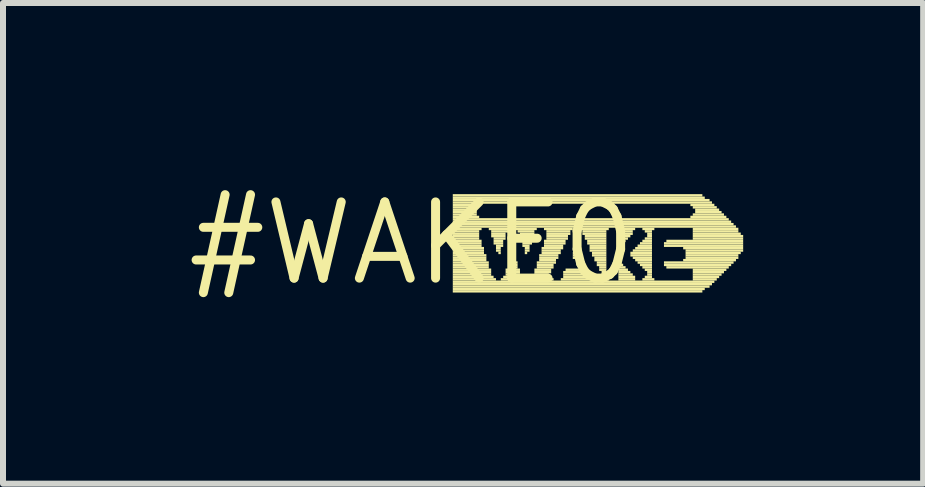
<source format=kicad_pcb>
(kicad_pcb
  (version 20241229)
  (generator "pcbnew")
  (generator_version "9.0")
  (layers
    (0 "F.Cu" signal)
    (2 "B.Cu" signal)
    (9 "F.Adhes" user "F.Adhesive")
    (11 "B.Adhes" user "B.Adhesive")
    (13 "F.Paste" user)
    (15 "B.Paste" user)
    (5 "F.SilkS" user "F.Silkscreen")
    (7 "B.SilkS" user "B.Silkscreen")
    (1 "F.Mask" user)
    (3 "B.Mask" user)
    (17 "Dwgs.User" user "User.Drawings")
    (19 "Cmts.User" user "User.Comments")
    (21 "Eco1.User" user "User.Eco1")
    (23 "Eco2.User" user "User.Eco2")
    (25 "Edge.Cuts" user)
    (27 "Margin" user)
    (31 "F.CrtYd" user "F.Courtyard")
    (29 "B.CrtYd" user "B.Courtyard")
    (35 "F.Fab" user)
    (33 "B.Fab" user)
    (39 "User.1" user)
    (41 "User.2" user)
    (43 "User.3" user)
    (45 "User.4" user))
  (footprint "#WAKE0"
    (layer "F.Cu")
    (at 3.817 1.006)
    (property "Reference" "#WAKE0" (at 0 0 0) (layer "F.SilkS") (effects (font (size 1.27 1.27) (thickness 0.15))))
    (attr through_hole)
    (fp_poly (pts (xy 0.68 -0.78) (xy 4.84 -0.78) (xy 4.84 -0.82) (xy 0.68 -0.82)) (stroke (width 0) (type solid)) (fill yes) (layer "F.SilkS"))
    (fp_poly (pts (xy 0.68 -0.74) (xy 4.88 -0.74) (xy 4.88 -0.78) (xy 0.68 -0.78)) (stroke (width 0) (type solid)) (fill yes) (layer "F.SilkS"))
    (fp_poly (pts (xy 0.68 -0.7) (xy 4.96 -0.7) (xy 4.96 -0.74) (xy 0.68 -0.74)) (stroke (width 0) (type solid)) (fill yes) (layer "F.SilkS"))
    (fp_poly (pts (xy 0.68 -0.66) (xy 5 -0.66) (xy 5 -0.7) (xy 0.68 -0.7)) (stroke (width 0) (type solid)) (fill yes) (layer "F.SilkS"))
    (fp_poly (pts (xy 0.68 -0.62) (xy 1.12 -0.62) (xy 1.12 -0.66) (xy 0.68 -0.66)) (stroke (width 0) (type solid)) (fill yes) (layer "F.SilkS"))
    (fp_poly (pts (xy 0.68 -0.58) (xy 1.08 -0.58) (xy 1.08 -0.62) (xy 0.68 -0.62)) (stroke (width 0) (type solid)) (fill yes) (layer "F.SilkS"))
    (fp_poly (pts (xy 0.68 -0.54) (xy 1.08 -0.54) (xy 1.08 -0.58) (xy 0.68 -0.58)) (stroke (width 0) (type solid)) (fill yes) (layer "F.SilkS"))
    (fp_poly (pts (xy 0.68 -0.5) (xy 1.08 -0.5) (xy 1.08 -0.54) (xy 0.68 -0.54)) (stroke (width 0) (type solid)) (fill yes) (layer "F.SilkS"))
    (fp_poly (pts (xy 0.68 -0.46) (xy 1.08 -0.46) (xy 1.08 -0.5) (xy 0.68 -0.5)) (stroke (width 0) (type solid)) (fill yes) (layer "F.SilkS"))
    (fp_poly (pts (xy 0.68 -0.42) (xy 1.12 -0.42) (xy 1.12 -0.46) (xy 0.68 -0.46)) (stroke (width 0) (type solid)) (fill yes) (layer "F.SilkS"))
    (fp_poly (pts (xy 0.68 -0.38) (xy 5.28 -0.38) (xy 5.28 -0.42) (xy 0.68 -0.42)) (stroke (width 0) (type solid)) (fill yes) (layer "F.SilkS"))
    (fp_poly (pts (xy 0.68 -0.34) (xy 5.32 -0.34) (xy 5.32 -0.38) (xy 0.68 -0.38)) (stroke (width 0) (type solid)) (fill yes) (layer "F.SilkS"))
    (fp_poly (pts (xy 0.68 -0.3) (xy 5.36 -0.3) (xy 5.36 -0.34) (xy 0.68 -0.34)) (stroke (width 0) (type solid)) (fill yes) (layer "F.SilkS"))
    (fp_poly (pts (xy 0.68 -0.26) (xy 5.4 -0.26) (xy 5.4 -0.3) (xy 0.68 -0.3)) (stroke (width 0) (type solid)) (fill yes) (layer "F.SilkS"))
    (fp_poly (pts (xy 0.68 -0.22) (xy 1.16 -0.22) (xy 1.16 -0.26) (xy 0.68 -0.26)) (stroke (width 0) (type solid)) (fill yes) (layer "F.SilkS"))
    (fp_poly (pts (xy 0.68 -0.18) (xy 1.12 -0.18) (xy 1.12 -0.22) (xy 0.68 -0.22)) (stroke (width 0) (type solid)) (fill yes) (layer "F.SilkS"))
    (fp_poly (pts (xy 0.68 -0.14) (xy 1.12 -0.14) (xy 1.12 -0.18) (xy 0.68 -0.18)) (stroke (width 0) (type solid)) (fill yes) (layer "F.SilkS"))
    (fp_poly (pts (xy 0.68 -0.1) (xy 1.12 -0.1) (xy 1.12 -0.14) (xy 0.68 -0.14)) (stroke (width 0) (type solid)) (fill yes) (layer "F.SilkS"))
    (fp_poly (pts (xy 0.68 -0.06) (xy 1.12 -0.06) (xy 1.12 -0.1) (xy 0.68 -0.1)) (stroke (width 0) (type solid)) (fill yes) (layer "F.SilkS"))
    (fp_poly (pts (xy 0.68 -0.02) (xy 1.16 -0.02) (xy 1.16 -0.06) (xy 0.68 -0.06)) (stroke (width 0) (type solid)) (fill yes) (layer "F.SilkS"))
    (fp_poly (pts (xy 0.68 0.02) (xy 1.16 0.02) (xy 1.16 -0.02) (xy 0.68 -0.02)) (stroke (width 0) (type solid)) (fill yes) (layer "F.SilkS"))
    (fp_poly (pts (xy 0.68 0.06) (xy 1.16 0.06) (xy 1.16 0.02) (xy 0.68 0.02)) (stroke (width 0) (type solid)) (fill yes) (layer "F.SilkS"))
    (fp_poly (pts (xy 0.68 0.1) (xy 1.2 0.1) (xy 1.2 0.06) (xy 0.68 0.06)) (stroke (width 0) (type solid)) (fill yes) (layer "F.SilkS"))
    (fp_poly (pts (xy 0.68 0.14) (xy 1.2 0.14) (xy 1.2 0.1) (xy 0.68 0.1)) (stroke (width 0) (type solid)) (fill yes) (layer "F.SilkS"))
    (fp_poly (pts (xy 0.68 0.18) (xy 1.2 0.18) (xy 1.2 0.14) (xy 0.68 0.14)) (stroke (width 0) (type solid)) (fill yes) (layer "F.SilkS"))
    (fp_poly (pts (xy 0.68 0.22) (xy 1.24 0.22) (xy 1.24 0.18) (xy 0.68 0.18)) (stroke (width 0) (type solid)) (fill yes) (layer "F.SilkS"))
    (fp_poly (pts (xy 0.68 0.26) (xy 1.24 0.26) (xy 1.24 0.22) (xy 0.68 0.22)) (stroke (width 0) (type solid)) (fill yes) (layer "F.SilkS"))
    (fp_poly (pts (xy 0.68 0.3) (xy 1.24 0.3) (xy 1.24 0.26) (xy 0.68 0.26)) (stroke (width 0) (type solid)) (fill yes) (layer "F.SilkS"))
    (fp_poly (pts (xy 0.68 0.34) (xy 1.28 0.34) (xy 1.28 0.3) (xy 0.68 0.3)) (stroke (width 0) (type solid)) (fill yes) (layer "F.SilkS"))
    (fp_poly (pts (xy 0.68 0.38) (xy 1.28 0.38) (xy 1.28 0.34) (xy 0.68 0.34)) (stroke (width 0) (type solid)) (fill yes) (layer "F.SilkS"))
    (fp_poly (pts (xy 0.68 0.42) (xy 1.28 0.42) (xy 1.28 0.38) (xy 0.68 0.38)) (stroke (width 0) (type solid)) (fill yes) (layer "F.SilkS"))
    (fp_poly (pts (xy 0.68 0.46) (xy 1.32 0.46) (xy 1.32 0.42) (xy 0.68 0.42)) (stroke (width 0) (type solid)) (fill yes) (layer "F.SilkS"))
    (fp_poly (pts (xy 0.68 0.5) (xy 1.32 0.5) (xy 1.32 0.46) (xy 0.68 0.46)) (stroke (width 0) (type solid)) (fill yes) (layer "F.SilkS"))
    (fp_poly (pts (xy 0.68 0.54) (xy 1.32 0.54) (xy 1.32 0.5) (xy 0.68 0.5)) (stroke (width 0) (type solid)) (fill yes) (layer "F.SilkS"))
    (fp_poly (pts (xy 0.68 0.58) (xy 1.36 0.58) (xy 1.36 0.54) (xy 0.68 0.54)) (stroke (width 0) (type solid)) (fill yes) (layer "F.SilkS"))
    (fp_poly (pts (xy 0.68 0.62) (xy 1.4 0.62) (xy 1.4 0.58) (xy 0.68 0.58)) (stroke (width 0) (type solid)) (fill yes) (layer "F.SilkS"))
    (fp_poly (pts (xy 0.68 0.66) (xy 5.04 0.66) (xy 5.04 0.62) (xy 0.68 0.62)) (stroke (width 0) (type solid)) (fill yes) (layer "F.SilkS"))
    (fp_poly (pts (xy 0.68 0.7) (xy 5 0.7) (xy 5 0.66) (xy 0.68 0.66)) (stroke (width 0) (type solid)) (fill yes) (layer "F.SilkS"))
    (fp_poly (pts (xy 0.68 0.74) (xy 4.96 0.74) (xy 4.96 0.7) (xy 0.68 0.7)) (stroke (width 0) (type solid)) (fill yes) (layer "F.SilkS"))
    (fp_poly (pts (xy 0.68 0.78) (xy 4.88 0.78) (xy 4.88 0.74) (xy 0.68 0.74)) (stroke (width 0) (type solid)) (fill yes) (layer "F.SilkS"))
    (fp_poly (pts (xy 0.68 0.82) (xy 4.84 0.82) (xy 4.84 0.78) (xy 0.68 0.78)) (stroke (width 0) (type solid)) (fill yes) (layer "F.SilkS"))
    (fp_poly (pts (xy 1.28 -0.22) (xy 1.64 -0.22) (xy 1.64 -0.26) (xy 1.28 -0.26)) (stroke (width 0) (type solid)) (fill yes) (layer "F.SilkS"))
    (fp_poly (pts (xy 1.32 -0.18) (xy 1.6 -0.18) (xy 1.6 -0.22) (xy 1.32 -0.22)) (stroke (width 0) (type solid)) (fill yes) (layer "F.SilkS"))
    (fp_poly (pts (xy 1.32 -0.14) (xy 1.56 -0.14) (xy 1.56 -0.18) (xy 1.32 -0.18)) (stroke (width 0) (type solid)) (fill yes) (layer "F.SilkS"))
    (fp_poly (pts (xy 1.32 -0.1) (xy 1.56 -0.1) (xy 1.56 -0.14) (xy 1.32 -0.14)) (stroke (width 0) (type solid)) (fill yes) (layer "F.SilkS"))
    (fp_poly (pts (xy 1.36 -0.06) (xy 1.56 -0.06) (xy 1.56 -0.1) (xy 1.36 -0.1)) (stroke (width 0) (type solid)) (fill yes) (layer "F.SilkS"))
    (fp_poly (pts (xy 1.36 -0.02) (xy 1.52 -0.02) (xy 1.52 -0.06) (xy 1.36 -0.06)) (stroke (width 0) (type solid)) (fill yes) (layer "F.SilkS"))
    (fp_poly (pts (xy 1.36 0.02) (xy 1.52 0.02) (xy 1.52 -0.02) (xy 1.36 -0.02)) (stroke (width 0) (type solid)) (fill yes) (layer "F.SilkS"))
    (fp_poly (pts (xy 1.4 0.06) (xy 1.52 0.06) (xy 1.52 0.02) (xy 1.4 0.02)) (stroke (width 0) (type solid)) (fill yes) (layer "F.SilkS"))
    (fp_poly (pts (xy 1.4 0.1) (xy 1.48 0.1) (xy 1.48 0.06) (xy 1.4 0.06)) (stroke (width 0) (type solid)) (fill yes) (layer "F.SilkS"))
    (fp_poly (pts (xy 1.4 0.14) (xy 1.48 0.14) (xy 1.48 0.1) (xy 1.4 0.1)) (stroke (width 0) (type solid)) (fill yes) (layer "F.SilkS"))
    (fp_poly (pts (xy 1.44 0.18) (xy 1.48 0.18) (xy 1.48 0.14) (xy 1.44 0.14)) (stroke (width 0) (type solid)) (fill yes) (layer "F.SilkS"))
    (fp_poly (pts (xy 1.48 0.62) (xy 1.84 0.62) (xy 1.84 0.58) (xy 1.48 0.58)) (stroke (width 0) (type solid)) (fill yes) (layer "F.SilkS"))
    (fp_poly (pts (xy 1.52 0.58) (xy 1.84 0.58) (xy 1.84 0.54) (xy 1.52 0.54)) (stroke (width 0) (type solid)) (fill yes) (layer "F.SilkS"))
    (fp_poly (pts (xy 1.56 0.46) (xy 1.8 0.46) (xy 1.8 0.42) (xy 1.56 0.42)) (stroke (width 0) (type solid)) (fill yes) (layer "F.SilkS"))
    (fp_poly (pts (xy 1.56 0.5) (xy 1.8 0.5) (xy 1.8 0.46) (xy 1.56 0.46)) (stroke (width 0) (type solid)) (fill yes) (layer "F.SilkS"))
    (fp_poly (pts (xy 1.56 0.54) (xy 1.8 0.54) (xy 1.8 0.5) (xy 1.56 0.5)) (stroke (width 0) (type solid)) (fill yes) (layer "F.SilkS"))
    (fp_poly (pts (xy 1.6 0.34) (xy 1.76 0.34) (xy 1.76 0.3) (xy 1.6 0.3)) (stroke (width 0) (type solid)) (fill yes) (layer "F.SilkS"))
    (fp_poly (pts (xy 1.6 0.38) (xy 1.76 0.38) (xy 1.76 0.34) (xy 1.6 0.34)) (stroke (width 0) (type solid)) (fill yes) (layer "F.SilkS"))
    (fp_poly (pts (xy 1.6 0.42) (xy 1.76 0.42) (xy 1.76 0.38) (xy 1.6 0.38)) (stroke (width 0) (type solid)) (fill yes) (layer "F.SilkS"))
    (fp_poly (pts (xy 1.64 0.22) (xy 1.72 0.22) (xy 1.72 0.18) (xy 1.64 0.18)) (stroke (width 0) (type solid)) (fill yes) (layer "F.SilkS"))
    (fp_poly (pts (xy 1.64 0.26) (xy 1.72 0.26) (xy 1.72 0.22) (xy 1.64 0.22)) (stroke (width 0) (type solid)) (fill yes) (layer "F.SilkS"))
    (fp_poly (pts (xy 1.64 0.3) (xy 1.72 0.3) (xy 1.72 0.26) (xy 1.64 0.26)) (stroke (width 0) (type solid)) (fill yes) (layer "F.SilkS"))
    (fp_poly (pts (xy 1.72 -0.22) (xy 2.08 -0.22) (xy 2.08 -0.26) (xy 1.72 -0.26)) (stroke (width 0) (type solid)) (fill yes) (layer "F.SilkS"))
    (fp_poly (pts (xy 1.76 -0.18) (xy 2.04 -0.18) (xy 2.04 -0.22) (xy 1.76 -0.22)) (stroke (width 0) (type solid)) (fill yes) (layer "F.SilkS"))
    (fp_poly (pts (xy 1.8 -0.14) (xy 2.04 -0.14) (xy 2.04 -0.18) (xy 1.8 -0.18)) (stroke (width 0) (type solid)) (fill yes) (layer "F.SilkS"))
    (fp_poly (pts (xy 1.8 -0.1) (xy 2.04 -0.1) (xy 2.04 -0.14) (xy 1.8 -0.14)) (stroke (width 0) (type solid)) (fill yes) (layer "F.SilkS"))
    (fp_poly (pts (xy 1.8 -0.06) (xy 2 -0.06) (xy 2 -0.1) (xy 1.8 -0.1)) (stroke (width 0) (type solid)) (fill yes) (layer "F.SilkS"))
    (fp_poly (pts (xy 1.84 -0.02) (xy 2 -0.02) (xy 2 -0.06) (xy 1.84 -0.06)) (stroke (width 0) (type solid)) (fill yes) (layer "F.SilkS"))
    (fp_poly (pts (xy 1.84 0.02) (xy 2 0.02) (xy 2 -0.02) (xy 1.84 -0.02)) (stroke (width 0) (type solid)) (fill yes) (layer "F.SilkS"))
    (fp_poly (pts (xy 1.84 0.06) (xy 1.96 0.06) (xy 1.96 0.02) (xy 1.84 0.02)) (stroke (width 0) (type solid)) (fill yes) (layer "F.SilkS"))
    (fp_poly (pts (xy 1.88 0.1) (xy 1.96 0.1) (xy 1.96 0.06) (xy 1.88 0.06)) (stroke (width 0) (type solid)) (fill yes) (layer "F.SilkS"))
    (fp_poly (pts (xy 1.88 0.14) (xy 1.96 0.14) (xy 1.96 0.1) (xy 1.88 0.1)) (stroke (width 0) (type solid)) (fill yes) (layer "F.SilkS"))
    (fp_poly (pts (xy 1.88 0.18) (xy 1.92 0.18) (xy 1.92 0.14) (xy 1.88 0.14)) (stroke (width 0) (type solid)) (fill yes) (layer "F.SilkS"))
    (fp_poly (pts (xy 1.96 0.62) (xy 2.36 0.62) (xy 2.36 0.58) (xy 1.96 0.58)) (stroke (width 0) (type solid)) (fill yes) (layer "F.SilkS"))
    (fp_poly (pts (xy 2 0.58) (xy 2.32 0.58) (xy 2.32 0.54) (xy 2 0.54)) (stroke (width 0) (type solid)) (fill yes) (layer "F.SilkS"))
    (fp_poly (pts (xy 2.04 0.46) (xy 2.32 0.46) (xy 2.32 0.42) (xy 2.04 0.42)) (stroke (width 0) (type solid)) (fill yes) (layer "F.SilkS"))
    (fp_poly (pts (xy 2.04 0.5) (xy 2.32 0.5) (xy 2.32 0.46) (xy 2.04 0.46)) (stroke (width 0) (type solid)) (fill yes) (layer "F.SilkS"))
    (fp_poly (pts (xy 2.04 0.54) (xy 2.28 0.54) (xy 2.28 0.5) (xy 2.04 0.5)) (stroke (width 0) (type solid)) (fill yes) (layer "F.SilkS"))
    (fp_poly (pts (xy 2.08 0.34) (xy 2.4 0.34) (xy 2.4 0.3) (xy 2.08 0.3)) (stroke (width 0) (type solid)) (fill yes) (layer "F.SilkS"))
    (fp_poly (pts (xy 2.08 0.38) (xy 2.36 0.38) (xy 2.36 0.34) (xy 2.08 0.34)) (stroke (width 0) (type solid)) (fill yes) (layer "F.SilkS"))
    (fp_poly (pts (xy 2.08 0.42) (xy 2.36 0.42) (xy 2.36 0.38) (xy 2.08 0.38)) (stroke (width 0) (type solid)) (fill yes) (layer "F.SilkS"))
    (fp_poly (pts (xy 2.12 0.22) (xy 2.44 0.22) (xy 2.44 0.18) (xy 2.12 0.18)) (stroke (width 0) (type solid)) (fill yes) (layer "F.SilkS"))
    (fp_poly (pts (xy 2.12 0.26) (xy 2.44 0.26) (xy 2.44 0.22) (xy 2.12 0.22)) (stroke (width 0) (type solid)) (fill yes) (layer "F.SilkS"))
    (fp_poly (pts (xy 2.12 0.3) (xy 2.4 0.3) (xy 2.4 0.26) (xy 2.12 0.26)) (stroke (width 0) (type solid)) (fill yes) (layer "F.SilkS"))
    (fp_poly (pts (xy 2.16 0.1) (xy 2.52 0.1) (xy 2.52 0.06) (xy 2.16 0.06)) (stroke (width 0) (type solid)) (fill yes) (layer "F.SilkS"))
    (fp_poly (pts (xy 2.16 0.14) (xy 2.48 0.14) (xy 2.48 0.1) (xy 2.16 0.1)) (stroke (width 0) (type solid)) (fill yes) (layer "F.SilkS"))
    (fp_poly (pts (xy 2.16 0.18) (xy 2.48 0.18) (xy 2.48 0.14) (xy 2.16 0.14)) (stroke (width 0) (type solid)) (fill yes) (layer "F.SilkS"))
    (fp_poly (pts (xy 2.2 -0.22) (xy 2.68 -0.22) (xy 2.68 -0.26) (xy 2.2 -0.26)) (stroke (width 0) (type solid)) (fill yes) (layer "F.SilkS"))
    (fp_poly (pts (xy 2.2 -0.02) (xy 2.56 -0.02) (xy 2.56 -0.06) (xy 2.2 -0.06)) (stroke (width 0) (type solid)) (fill yes) (layer "F.SilkS"))
    (fp_poly (pts (xy 2.2 0.02) (xy 2.56 0.02) (xy 2.56 -0.02) (xy 2.2 -0.02)) (stroke (width 0) (type solid)) (fill yes) (layer "F.SilkS"))
    (fp_poly (pts (xy 2.2 0.06) (xy 2.52 0.06) (xy 2.52 0.02) (xy 2.2 0.02)) (stroke (width 0) (type solid)) (fill yes) (layer "F.SilkS"))
    (fp_poly (pts (xy 2.24 -0.18) (xy 2.64 -0.18) (xy 2.64 -0.22) (xy 2.24 -0.22)) (stroke (width 0) (type solid)) (fill yes) (layer "F.SilkS"))
    (fp_poly (pts (xy 2.24 -0.14) (xy 2.64 -0.14) (xy 2.64 -0.18) (xy 2.24 -0.18)) (stroke (width 0) (type solid)) (fill yes) (layer "F.SilkS"))
    (fp_poly (pts (xy 2.24 -0.1) (xy 2.6 -0.1) (xy 2.6 -0.14) (xy 2.24 -0.14)) (stroke (width 0) (type solid)) (fill yes) (layer "F.SilkS"))
    (fp_poly (pts (xy 2.24 -0.06) (xy 2.6 -0.06) (xy 2.6 -0.1) (xy 2.24 -0.1)) (stroke (width 0) (type solid)) (fill yes) (layer "F.SilkS"))
    (fp_poly (pts (xy 2.48 0.62) (xy 3 0.62) (xy 3 0.58) (xy 2.48 0.58)) (stroke (width 0) (type solid)) (fill yes) (layer "F.SilkS"))
    (fp_poly (pts (xy 2.52 0.5) (xy 2.92 0.5) (xy 2.92 0.46) (xy 2.52 0.46)) (stroke (width 0) (type solid)) (fill yes) (layer "F.SilkS"))
    (fp_poly (pts (xy 2.52 0.54) (xy 2.96 0.54) (xy 2.96 0.5) (xy 2.52 0.5)) (stroke (width 0) (type solid)) (fill yes) (layer "F.SilkS"))
    (fp_poly (pts (xy 2.52 0.58) (xy 2.96 0.58) (xy 2.96 0.54) (xy 2.52 0.54)) (stroke (width 0) (type solid)) (fill yes) (layer "F.SilkS"))
    (fp_poly (pts (xy 2.56 0.46) (xy 2.88 0.46) (xy 2.88 0.42) (xy 2.56 0.42)) (stroke (width 0) (type solid)) (fill yes) (layer "F.SilkS"))
    (fp_poly (pts (xy 2.68 0.18) (xy 2.76 0.18) (xy 2.76 0.14) (xy 2.68 0.14)) (stroke (width 0) (type solid)) (fill yes) (layer "F.SilkS"))
    (fp_poly (pts (xy 2.68 0.22) (xy 2.8 0.22) (xy 2.8 0.18) (xy 2.68 0.18)) (stroke (width 0) (type solid)) (fill yes) (layer "F.SilkS"))
    (fp_poly (pts (xy 2.68 0.26) (xy 2.8 0.26) (xy 2.8 0.22) (xy 2.68 0.22)) (stroke (width 0) (type solid)) (fill yes) (layer "F.SilkS"))
    (fp_poly (pts (xy 2.72 0.14) (xy 2.76 0.14) (xy 2.76 0.1) (xy 2.72 0.1)) (stroke (width 0) (type solid)) (fill yes) (layer "F.SilkS"))
    (fp_poly (pts (xy 2.8 -0.22) (xy 3.28 -0.22) (xy 3.28 -0.26) (xy 2.8 -0.26)) (stroke (width 0) (type solid)) (fill yes) (layer "F.SilkS"))
    (fp_poly (pts (xy 2.84 -0.18) (xy 3.24 -0.18) (xy 3.24 -0.22) (xy 2.84 -0.22)) (stroke (width 0) (type solid)) (fill yes) (layer "F.SilkS"))
    (fp_poly (pts (xy 2.84 -0.14) (xy 3.24 -0.14) (xy 3.24 -0.18) (xy 2.84 -0.18)) (stroke (width 0) (type solid)) (fill yes) (layer "F.SilkS"))
    (fp_poly (pts (xy 2.88 -0.1) (xy 3.24 -0.1) (xy 3.24 -0.14) (xy 2.88 -0.14)) (stroke (width 0) (type solid)) (fill yes) (layer "F.SilkS"))
    (fp_poly (pts (xy 2.88 -0.06) (xy 3.24 -0.06) (xy 3.24 -0.1) (xy 2.88 -0.1)) (stroke (width 0) (type solid)) (fill yes) (layer "F.SilkS"))
    (fp_poly (pts (xy 2.92 -0.02) (xy 3.24 -0.02) (xy 3.24 -0.06) (xy 2.92 -0.06)) (stroke (width 0) (type solid)) (fill yes) (layer "F.SilkS"))
    (fp_poly (pts (xy 2.92 0.02) (xy 3.24 0.02) (xy 3.24 -0.02) (xy 2.92 -0.02)) (stroke (width 0) (type solid)) (fill yes) (layer "F.SilkS"))
    (fp_poly (pts (xy 2.96 0.06) (xy 3.24 0.06) (xy 3.24 0.02) (xy 2.96 0.02)) (stroke (width 0) (type solid)) (fill yes) (layer "F.SilkS"))
    (fp_poly (pts (xy 2.96 0.1) (xy 3.24 0.1) (xy 3.24 0.06) (xy 2.96 0.06)) (stroke (width 0) (type solid)) (fill yes) (layer "F.SilkS"))
    (fp_poly (pts (xy 2.96 0.14) (xy 3.24 0.14) (xy 3.24 0.1) (xy 2.96 0.1)) (stroke (width 0) (type solid)) (fill yes) (layer "F.SilkS"))
    (fp_poly (pts (xy 3 0.18) (xy 3.24 0.18) (xy 3.24 0.14) (xy 3 0.14)) (stroke (width 0) (type solid)) (fill yes) (layer "F.SilkS"))
    (fp_poly (pts (xy 3 0.22) (xy 3.24 0.22) (xy 3.24 0.18) (xy 3 0.18)) (stroke (width 0) (type solid)) (fill yes) (layer "F.SilkS"))
    (fp_poly (pts (xy 3.04 0.26) (xy 3.24 0.26) (xy 3.24 0.22) (xy 3.04 0.22)) (stroke (width 0) (type solid)) (fill yes) (layer "F.SilkS"))
    (fp_poly (pts (xy 3.04 0.3) (xy 3.24 0.3) (xy 3.24 0.26) (xy 3.04 0.26)) (stroke (width 0) (type solid)) (fill yes) (layer "F.SilkS"))
    (fp_poly (pts (xy 3.08 0.34) (xy 3.24 0.34) (xy 3.24 0.3) (xy 3.08 0.3)) (stroke (width 0) (type solid)) (fill yes) (layer "F.SilkS"))
    (fp_poly (pts (xy 3.08 0.38) (xy 3.24 0.38) (xy 3.24 0.34) (xy 3.08 0.34)) (stroke (width 0) (type solid)) (fill yes) (layer "F.SilkS"))
    (fp_poly (pts (xy 3.12 0.42) (xy 3.24 0.42) (xy 3.24 0.38) (xy 3.12 0.38)) (stroke (width 0) (type solid)) (fill yes) (layer "F.SilkS"))
    (fp_poly (pts (xy 3.12 0.46) (xy 3.24 0.46) (xy 3.24 0.42) (xy 3.12 0.42)) (stroke (width 0) (type solid)) (fill yes) (layer "F.SilkS"))
    (fp_poly (pts (xy 3.12 0.62) (xy 3.28 0.62) (xy 3.28 0.58) (xy 3.12 0.58)) (stroke (width 0) (type solid)) (fill yes) (layer "F.SilkS"))
    (fp_poly (pts (xy 3.16 0.5) (xy 3.24 0.5) (xy 3.24 0.46) (xy 3.16 0.46)) (stroke (width 0) (type solid)) (fill yes) (layer "F.SilkS"))
    (fp_poly (pts (xy 3.16 0.54) (xy 3.24 0.54) (xy 3.24 0.5) (xy 3.16 0.5)) (stroke (width 0) (type solid)) (fill yes) (layer "F.SilkS"))
    (fp_poly (pts (xy 3.16 0.58) (xy 3.24 0.58) (xy 3.24 0.54) (xy 3.16 0.54)) (stroke (width 0) (type solid)) (fill yes) (layer "F.SilkS"))
    (fp_poly (pts (xy 3.44 -0.22) (xy 3.72 -0.22) (xy 3.72 -0.26) (xy 3.44 -0.26)) (stroke (width 0) (type solid)) (fill yes) (layer "F.SilkS"))
    (fp_poly (pts (xy 3.44 -0.18) (xy 3.68 -0.18) (xy 3.68 -0.22) (xy 3.44 -0.22)) (stroke (width 0) (type solid)) (fill yes) (layer "F.SilkS"))
    (fp_poly (pts (xy 3.44 -0.14) (xy 3.68 -0.14) (xy 3.68 -0.18) (xy 3.44 -0.18)) (stroke (width 0) (type solid)) (fill yes) (layer "F.SilkS"))
    (fp_poly (pts (xy 3.44 -0.1) (xy 3.64 -0.1) (xy 3.64 -0.14) (xy 3.44 -0.14)) (stroke (width 0) (type solid)) (fill yes) (layer "F.SilkS"))
    (fp_poly (pts (xy 3.44 -0.06) (xy 3.6 -0.06) (xy 3.6 -0.1) (xy 3.44 -0.1)) (stroke (width 0) (type solid)) (fill yes) (layer "F.SilkS"))
    (fp_poly (pts (xy 3.44 -0.02) (xy 3.56 -0.02) (xy 3.56 -0.06) (xy 3.44 -0.06)) (stroke (width 0) (type solid)) (fill yes) (layer "F.SilkS"))
    (fp_poly (pts (xy 3.44 0.02) (xy 3.52 0.02) (xy 3.52 -0.02) (xy 3.44 -0.02)) (stroke (width 0) (type solid)) (fill yes) (layer "F.SilkS"))
    (fp_poly (pts (xy 3.44 0.06) (xy 3.48 0.06) (xy 3.48 0.02) (xy 3.44 0.02)) (stroke (width 0) (type solid)) (fill yes) (layer "F.SilkS"))
    (fp_poly (pts (xy 3.44 0.34) (xy 3.48 0.34) (xy 3.48 0.3) (xy 3.44 0.3)) (stroke (width 0) (type solid)) (fill yes) (layer "F.SilkS"))
    (fp_poly (pts (xy 3.44 0.38) (xy 3.52 0.38) (xy 3.52 0.34) (xy 3.44 0.34)) (stroke (width 0) (type solid)) (fill yes) (layer "F.SilkS"))
    (fp_poly (pts (xy 3.44 0.42) (xy 3.56 0.42) (xy 3.56 0.38) (xy 3.44 0.38)) (stroke (width 0) (type solid)) (fill yes) (layer "F.SilkS"))
    (fp_poly (pts (xy 3.44 0.46) (xy 3.6 0.46) (xy 3.6 0.42) (xy 3.44 0.42)) (stroke (width 0) (type solid)) (fill yes) (layer "F.SilkS"))
    (fp_poly (pts (xy 3.44 0.5) (xy 3.64 0.5) (xy 3.64 0.46) (xy 3.44 0.46)) (stroke (width 0) (type solid)) (fill yes) (layer "F.SilkS"))
    (fp_poly (pts (xy 3.44 0.54) (xy 3.68 0.54) (xy 3.68 0.5) (xy 3.44 0.5)) (stroke (width 0) (type solid)) (fill yes) (layer "F.SilkS"))
    (fp_poly (pts (xy 3.44 0.58) (xy 3.72 0.58) (xy 3.72 0.54) (xy 3.44 0.54)) (stroke (width 0) (type solid)) (fill yes) (layer "F.SilkS"))
    (fp_poly (pts (xy 3.44 0.62) (xy 3.72 0.62) (xy 3.72 0.58) (xy 3.44 0.58)) (stroke (width 0) (type solid)) (fill yes) (layer "F.SilkS"))
    (fp_poly (pts (xy 3.64 0.18) (xy 4 0.18) (xy 4 0.14) (xy 3.64 0.14)) (stroke (width 0) (type solid)) (fill yes) (layer "F.SilkS"))
    (fp_poly (pts (xy 3.64 0.22) (xy 4 0.22) (xy 4 0.18) (xy 3.64 0.18)) (stroke (width 0) (type solid)) (fill yes) (layer "F.SilkS"))
    (fp_poly (pts (xy 3.68 0.14) (xy 4 0.14) (xy 4 0.1) (xy 3.68 0.1)) (stroke (width 0) (type solid)) (fill yes) (layer "F.SilkS"))
    (fp_poly (pts (xy 3.68 0.26) (xy 4 0.26) (xy 4 0.22) (xy 3.68 0.22)) (stroke (width 0) (type solid)) (fill yes) (layer "F.SilkS"))
    (fp_poly (pts (xy 3.72 0.1) (xy 4 0.1) (xy 4 0.06) (xy 3.72 0.06)) (stroke (width 0) (type solid)) (fill yes) (layer "F.SilkS"))
    (fp_poly (pts (xy 3.72 0.3) (xy 4 0.3) (xy 4 0.26) (xy 3.72 0.26)) (stroke (width 0) (type solid)) (fill yes) (layer "F.SilkS"))
    (fp_poly (pts (xy 3.76 0.06) (xy 4 0.06) (xy 4 0.02) (xy 3.76 0.02)) (stroke (width 0) (type solid)) (fill yes) (layer "F.SilkS"))
    (fp_poly (pts (xy 3.76 0.34) (xy 4 0.34) (xy 4 0.3) (xy 3.76 0.3)) (stroke (width 0) (type solid)) (fill yes) (layer "F.SilkS"))
    (fp_poly (pts (xy 3.8 0.02) (xy 4 0.02) (xy 4 -0.02) (xy 3.8 -0.02)) (stroke (width 0) (type solid)) (fill yes) (layer "F.SilkS"))
    (fp_poly (pts (xy 3.8 0.38) (xy 4 0.38) (xy 4 0.34) (xy 3.8 0.34)) (stroke (width 0) (type solid)) (fill yes) (layer "F.SilkS"))
    (fp_poly (pts (xy 3.84 -0.22) (xy 4.04 -0.22) (xy 4.04 -0.26) (xy 3.84 -0.26)) (stroke (width 0) (type solid)) (fill yes) (layer "F.SilkS"))
    (fp_poly (pts (xy 3.84 -0.02) (xy 4 -0.02) (xy 4 -0.06) (xy 3.84 -0.06)) (stroke (width 0) (type solid)) (fill yes) (layer "F.SilkS"))
    (fp_poly (pts (xy 3.84 0.42) (xy 4 0.42) (xy 4 0.38) (xy 3.84 0.38)) (stroke (width 0) (type solid)) (fill yes) (layer "F.SilkS"))
    (fp_poly (pts (xy 3.84 0.62) (xy 4.04 0.62) (xy 4.04 0.58) (xy 3.84 0.58)) (stroke (width 0) (type solid)) (fill yes) (layer "F.SilkS"))
    (fp_poly (pts (xy 3.88 -0.18) (xy 4 -0.18) (xy 4 -0.22) (xy 3.88 -0.22)) (stroke (width 0) (type solid)) (fill yes) (layer "F.SilkS"))
    (fp_poly (pts (xy 3.88 -0.06) (xy 4 -0.06) (xy 4 -0.1) (xy 3.88 -0.1)) (stroke (width 0) (type solid)) (fill yes) (layer "F.SilkS"))
    (fp_poly (pts (xy 3.88 0.46) (xy 4 0.46) (xy 4 0.42) (xy 3.88 0.42)) (stroke (width 0) (type solid)) (fill yes) (layer "F.SilkS"))
    (fp_poly (pts (xy 3.88 0.58) (xy 4 0.58) (xy 4 0.54) (xy 3.88 0.54)) (stroke (width 0) (type solid)) (fill yes) (layer "F.SilkS"))
    (fp_poly (pts (xy 3.92 -0.14) (xy 4 -0.14) (xy 4 -0.18) (xy 3.92 -0.18)) (stroke (width 0) (type solid)) (fill yes) (layer "F.SilkS"))
    (fp_poly (pts (xy 3.92 -0.1) (xy 4 -0.1) (xy 4 -0.14) (xy 3.92 -0.14)) (stroke (width 0) (type solid)) (fill yes) (layer "F.SilkS"))
    (fp_poly (pts (xy 3.92 0.5) (xy 4 0.5) (xy 4 0.46) (xy 3.92 0.46)) (stroke (width 0) (type solid)) (fill yes) (layer "F.SilkS"))
    (fp_poly (pts (xy 3.92 0.54) (xy 4 0.54) (xy 4 0.5) (xy 3.92 0.5)) (stroke (width 0) (type solid)) (fill yes) (layer "F.SilkS"))
    (fp_poly (pts (xy 4.2 0.02) (xy 5.52 0.02) (xy 5.52 -0.02) (xy 4.2 -0.02)) (stroke (width 0) (type solid)) (fill yes) (layer "F.SilkS"))
    (fp_poly (pts (xy 4.2 0.06) (xy 5.52 0.06) (xy 5.52 0.02) (xy 4.2 0.02)) (stroke (width 0) (type solid)) (fill yes) (layer "F.SilkS"))
    (fp_poly (pts (xy 4.2 0.34) (xy 5.36 0.34) (xy 5.36 0.3) (xy 4.2 0.3)) (stroke (width 0) (type solid)) (fill yes) (layer "F.SilkS"))
    (fp_poly (pts (xy 4.2 0.38) (xy 5.32 0.38) (xy 5.32 0.34) (xy 4.2 0.34)) (stroke (width 0) (type solid)) (fill yes) (layer "F.SilkS"))
    (fp_poly (pts (xy 4.24 -0.02) (xy 5.52 -0.02) (xy 5.52 -0.06) (xy 4.24 -0.06)) (stroke (width 0) (type solid)) (fill yes) (layer "F.SilkS"))
    (fp_poly (pts (xy 4.24 0.42) (xy 5.28 0.42) (xy 5.28 0.38) (xy 4.24 0.38)) (stroke (width 0) (type solid)) (fill yes) (layer "F.SilkS"))
    (fp_poly (pts (xy 4.52 0.1) (xy 5.52 0.1) (xy 5.52 0.06) (xy 4.52 0.06)) (stroke (width 0) (type solid)) (fill yes) (layer "F.SilkS"))
    (fp_poly (pts (xy 4.52 0.3) (xy 5.4 0.3) (xy 5.4 0.26) (xy 4.52 0.26)) (stroke (width 0) (type solid)) (fill yes) (layer "F.SilkS"))
    (fp_poly (pts (xy 4.56 0.14) (xy 5.52 0.14) (xy 5.52 0.1) (xy 4.56 0.1)) (stroke (width 0) (type solid)) (fill yes) (layer "F.SilkS"))
    (fp_poly (pts (xy 4.56 0.18) (xy 5.48 0.18) (xy 5.48 0.14) (xy 4.56 0.14)) (stroke (width 0) (type solid)) (fill yes) (layer "F.SilkS"))
    (fp_poly (pts (xy 4.56 0.22) (xy 5.44 0.22) (xy 5.44 0.18) (xy 4.56 0.18)) (stroke (width 0) (type solid)) (fill yes) (layer "F.SilkS"))
    (fp_poly (pts (xy 4.56 0.26) (xy 5.44 0.26) (xy 5.44 0.22) (xy 4.56 0.22)) (stroke (width 0) (type solid)) (fill yes) (layer "F.SilkS"))
    (fp_poly (pts (xy 4.64 -0.62) (xy 5.04 -0.62) (xy 5.04 -0.66) (xy 4.64 -0.66)) (stroke (width 0) (type solid)) (fill yes) (layer "F.SilkS"))
    (fp_poly (pts (xy 4.64 -0.42) (xy 5.24 -0.42) (xy 5.24 -0.46) (xy 4.64 -0.46)) (stroke (width 0) (type solid)) (fill yes) (layer "F.SilkS"))
    (fp_poly (pts (xy 4.68 -0.58) (xy 5.08 -0.58) (xy 5.08 -0.62) (xy 4.68 -0.62)) (stroke (width 0) (type solid)) (fill yes) (layer "F.SilkS"))
    (fp_poly (pts (xy 4.68 -0.46) (xy 5.2 -0.46) (xy 5.2 -0.5) (xy 4.68 -0.5)) (stroke (width 0) (type solid)) (fill yes) (layer "F.SilkS"))
    (fp_poly (pts (xy 4.68 -0.22) (xy 5.44 -0.22) (xy 5.44 -0.26) (xy 4.68 -0.26)) (stroke (width 0) (type solid)) (fill yes) (layer "F.SilkS"))
    (fp_poly (pts (xy 4.68 -0.18) (xy 5.44 -0.18) (xy 5.44 -0.22) (xy 4.68 -0.22)) (stroke (width 0) (type solid)) (fill yes) (layer "F.SilkS"))
    (fp_poly (pts (xy 4.68 -0.14) (xy 5.48 -0.14) (xy 5.48 -0.18) (xy 4.68 -0.18)) (stroke (width 0) (type solid)) (fill yes) (layer "F.SilkS"))
    (fp_poly (pts (xy 4.68 -0.1) (xy 5.52 -0.1) (xy 5.52 -0.14) (xy 4.68 -0.14)) (stroke (width 0) (type solid)) (fill yes) (layer "F.SilkS"))
    (fp_poly (pts (xy 4.68 -0.06) (xy 5.52 -0.06) (xy 5.52 -0.1) (xy 4.68 -0.1)) (stroke (width 0) (type solid)) (fill yes) (layer "F.SilkS"))
    (fp_poly (pts (xy 4.68 0.46) (xy 5.24 0.46) (xy 5.24 0.42) (xy 4.68 0.42)) (stroke (width 0) (type solid)) (fill yes) (layer "F.SilkS"))
    (fp_poly (pts (xy 4.68 0.5) (xy 5.2 0.5) (xy 5.2 0.46) (xy 4.68 0.46)) (stroke (width 0) (type solid)) (fill yes) (layer "F.SilkS"))
    (fp_poly (pts (xy 4.68 0.54) (xy 5.16 0.54) (xy 5.16 0.5) (xy 4.68 0.5)) (stroke (width 0) (type solid)) (fill yes) (layer "F.SilkS"))
    (fp_poly (pts (xy 4.68 0.58) (xy 5.12 0.58) (xy 5.12 0.54) (xy 4.68 0.54)) (stroke (width 0) (type solid)) (fill yes) (layer "F.SilkS"))
    (fp_poly (pts (xy 4.68 0.62) (xy 5.08 0.62) (xy 5.08 0.58) (xy 4.68 0.58)) (stroke (width 0) (type solid)) (fill yes) (layer "F.SilkS"))
    (fp_poly (pts (xy 4.72 -0.54) (xy 5.12 -0.54) (xy 5.12 -0.58) (xy 4.72 -0.58)) (stroke (width 0) (type solid)) (fill yes) (layer "F.SilkS"))
    (fp_poly (pts (xy 4.72 -0.5) (xy 5.16 -0.5) (xy 5.16 -0.54) (xy 4.72 -0.54)) (stroke (width 0) (type solid)) (fill yes) (layer "F.SilkS")))
  (gr_rect
    (start -3 -3)
    (end 12.337 5.012)
    (stroke (width 0.1) (type default))
    (fill no)
    (layer "Edge.Cuts")))
</source>
